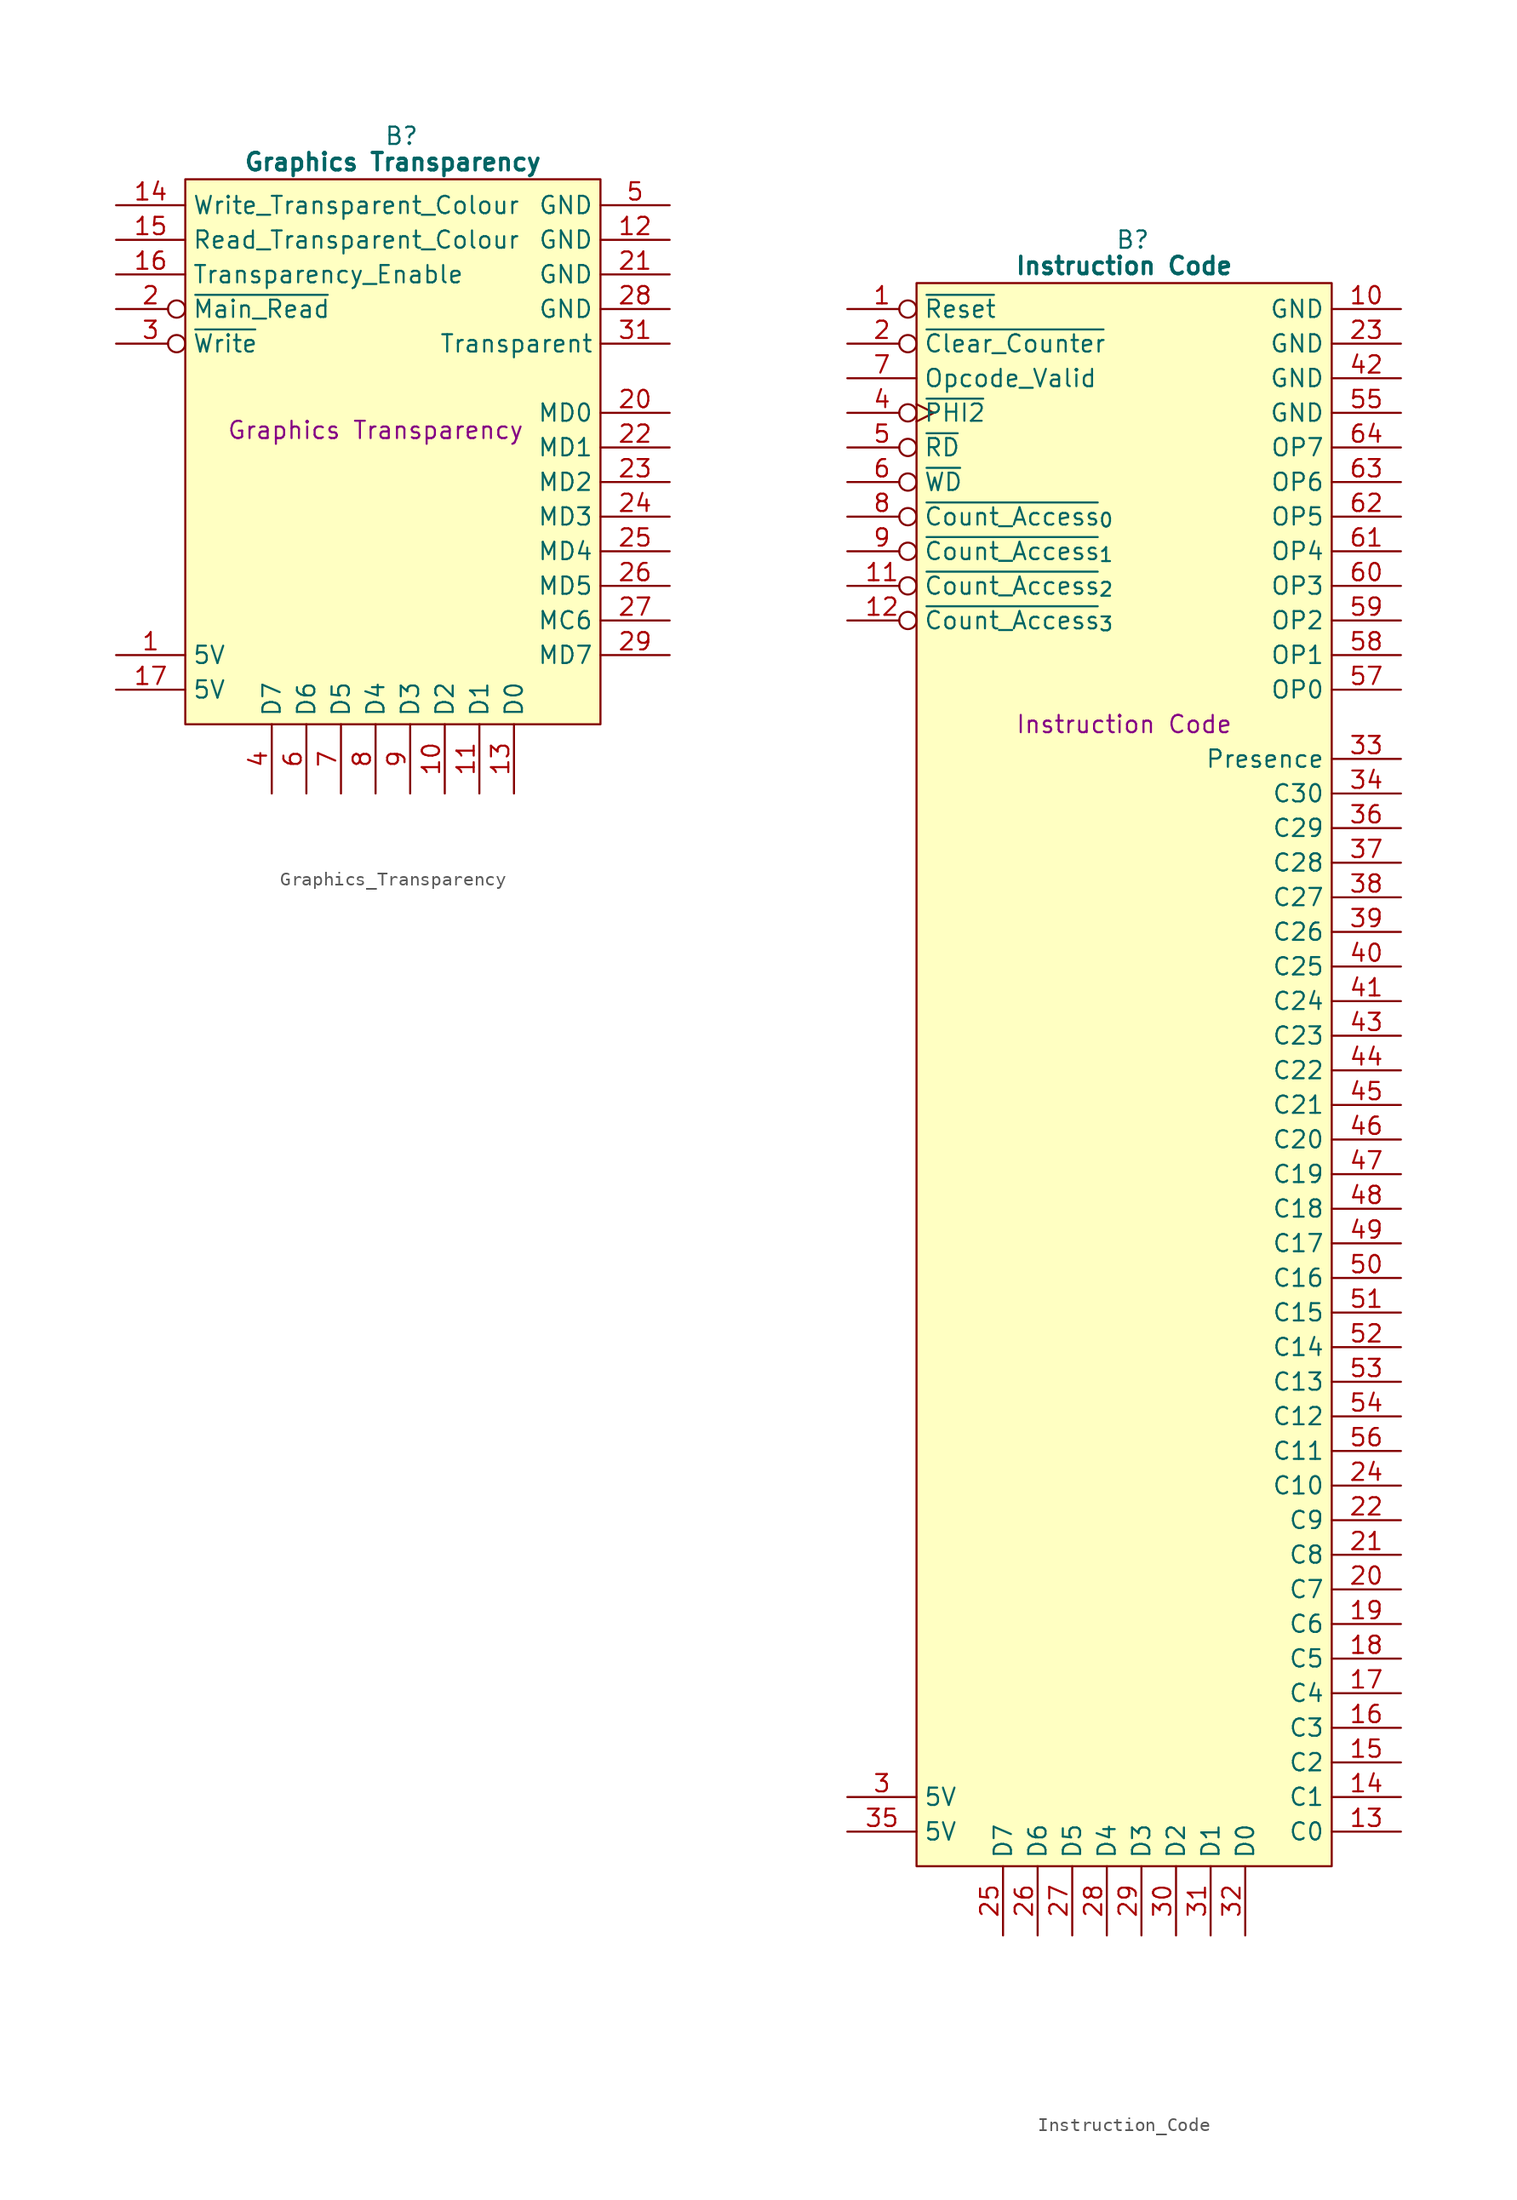
<source format=kicad_sym>
(kicad_symbol_lib
  (version 20241209)
  (generator "kicad_symbol_editor")
  (generator_version "9.0")
  (symbol "Graphics_Transparency"
    (property "Reference" "B"
      (at 15.875 5.08 0)
      (effects (font (size 1.27 1.27))))
    (property "Value" "Graphics Transparency"
      (at 15.24 3.175 0)
      (effects (font (size 1.27 1.27) (bold yes))))
    (property "Description" "Graphics Transparency"
      (at 13.97 -16.51 0)
      (effects (font (size 1.27 1.27))))
    (symbol "Graphics_Transparency_0_1"
      (polyline (pts (xy 0 1.905) (xy 30.48 1.905) (xy 30.48 -38.1) (xy 0 -38.1) (xy 0 1.905)) (stroke (width 0.152) (type default)) (fill (type background))))
    (symbol "Graphics_Transparency_1_0"
      (pin no_connect line (at -5.08 -30.48 0) (length 5.08) (hide yes) (name "N.C." (effects (font (size 1.27 1.27)))) (number "32" (effects (font (size 1.27 1.27))))))
    (symbol "Graphics_Transparency_1_1"
      (pin input line (at -5.08 0 0) (length 5.08) (name "Write_Transparent_Colour" (effects (font (size 1.27 1.27)))) (number "14" (effects (font (size 1.27 1.27)))))
      (pin input line (at -5.08 -2.54 0) (length 5.08) (name "Read_Transparent_Colour" (effects (font (size 1.27 1.27)))) (number "15" (effects (font (size 1.27 1.27)))))
      (pin input line (at -5.08 -5.08 0) (length 5.08) (name "Transparency_Enable" (effects (font (size 1.27 1.27)))) (number "16" (effects (font (size 1.27 1.27)))))
      (pin input inverted (at -5.08 -7.62 0) (length 5.08) (name "~{Main_Read}" (effects (font (size 1.27 1.27)))) (number "2" (effects (font (size 1.27 1.27)))))
      (pin input inverted (at -5.08 -10.16 0) (length 5.08) (name "~{Write}" (effects (font (size 1.27 1.27)))) (number "3" (effects (font (size 1.27 1.27)))))
      (pin no_connect line (at -5.08 -22.86 0) (length 5.08) (hide yes) (name "N.C." (effects (font (size 1.27 1.27)))) (number "18" (effects (font (size 1.27 1.27)))))
      (pin no_connect line (at -5.08 -25.4 0) (length 5.08) (hide yes) (name "N.C." (effects (font (size 1.27 1.27)))) (number "19" (effects (font (size 1.27 1.27)))))
      (pin no_connect line (at -5.08 -27.94 0) (length 5.08) (hide yes) (name "N.C." (effects (font (size 1.27 1.27)))) (number "30" (effects (font (size 1.27 1.27)))))
      (pin passive line (at -5.08 -33.02 0) (length 5.08) (name "5V" (effects (font (size 1.27 1.27)))) (number "1" (effects (font (size 1.27 1.27)))))
      (pin passive line (at -5.08 -35.56 0) (length 5.08) (name "5V" (effects (font (size 1.27 1.27)))) (number "17" (effects (font (size 1.27 1.27)))))
      (pin tri_state line (at 6.35 -43.18 90) (length 5.08) (name "D7" (effects (font (size 1.27 1.27)))) (number "4" (effects (font (size 1.27 1.27)))))
      (pin tri_state line (at 8.89 -43.18 90) (length 5.08) (name "D6" (effects (font (size 1.27 1.27)))) (number "6" (effects (font (size 1.27 1.27)))))
      (pin tri_state line (at 11.43 -43.18 90) (length 5.08) (name "D5" (effects (font (size 1.27 1.27)))) (number "7" (effects (font (size 1.27 1.27)))))
      (pin tri_state line (at 13.97 -43.18 90) (length 5.08) (name "D4" (effects (font (size 1.27 1.27)))) (number "8" (effects (font (size 1.27 1.27)))))
      (pin tri_state line (at 16.51 -43.18 90) (length 5.08) (name "D3" (effects (font (size 1.27 1.27)))) (number "9" (effects (font (size 1.27 1.27)))))
      (pin tri_state line (at 19.05 -43.18 90) (length 5.08) (name "D2" (effects (font (size 1.27 1.27)))) (number "10" (effects (font (size 1.27 1.27)))))
      (pin tri_state line (at 21.59 -43.18 90) (length 5.08) (name "D1" (effects (font (size 1.27 1.27)))) (number "11" (effects (font (size 1.27 1.27)))))
      (pin tri_state line (at 24.13 -43.18 90) (length 5.08) (name "D0" (effects (font (size 1.27 1.27)))) (number "13" (effects (font (size 1.27 1.27)))))
      (pin passive line (at 35.56 0 180) (length 5.08) (name "GND" (effects (font (size 1.27 1.27)))) (number "5" (effects (font (size 1.27 1.27)))))
      (pin passive line (at 35.56 -2.54 180) (length 5.08) (name "GND" (effects (font (size 1.27 1.27)))) (number "12" (effects (font (size 1.27 1.27)))))
      (pin passive line (at 35.56 -5.08 180) (length 5.08) (name "GND" (effects (font (size 1.27 1.27)))) (number "21" (effects (font (size 1.27 1.27)))))
      (pin passive line (at 35.56 -7.62 180) (length 5.08) (name "GND" (effects (font (size 1.27 1.27)))) (number "28" (effects (font (size 1.27 1.27)))))
      (pin output line (at 35.56 -10.16 180) (length 5.08) (name "Transparent" (effects (font (size 1.27 1.27)))) (number "31" (effects (font (size 1.27 1.27)))))
      (pin tri_state line (at 35.56 -15.24 180) (length 5.08) (name "MD0" (effects (font (size 1.27 1.27)))) (number "20" (effects (font (size 1.27 1.27)))))
      (pin tri_state line (at 35.56 -17.78 180) (length 5.08) (name "MD1" (effects (font (size 1.27 1.27)))) (number "22" (effects (font (size 1.27 1.27)))))
      (pin tri_state line (at 35.56 -20.32 180) (length 5.08) (name "MD2" (effects (font (size 1.27 1.27)))) (number "23" (effects (font (size 1.27 1.27)))))
      (pin tri_state line (at 35.56 -22.86 180) (length 5.08) (name "MD3" (effects (font (size 1.27 1.27)))) (number "24" (effects (font (size 1.27 1.27)))))
      (pin tri_state line (at 35.56 -25.4 180) (length 5.08) (name "MD4" (effects (font (size 1.27 1.27)))) (number "25" (effects (font (size 1.27 1.27)))))
      (pin tri_state line (at 35.56 -27.94 180) (length 5.08) (name "MD5" (effects (font (size 1.27 1.27)))) (number "26" (effects (font (size 1.27 1.27)))))
      (pin tri_state line (at 35.56 -30.48 180) (length 5.08) (name "MC6" (effects (font (size 1.27 1.27)))) (number "27" (effects (font (size 1.27 1.27)))))
      (pin tri_state line (at 35.56 -33.02 180) (length 5.08) (name "MD7" (effects (font (size 1.27 1.27)))) (number "29" (effects (font (size 1.27 1.27)))))))
  (symbol "Instruction_Code"
    (property "Reference" "B"
      (at 15.875 5.08 0)
      (effects (font (size 1.27 1.27))))
    (property "Value" "Instruction Code"
      (at 15.24 3.175 0)
      (effects (font (size 1.27 1.27) (bold yes))))
    (property "Description" "Instruction Code"
      (at 15.24 -30.48 0)
      (effects (font (size 1.27 1.27))))
    (symbol "Instruction_Code_0_1"
      (polyline (pts (xy 0 1.905) (xy 30.48 1.905) (xy 30.48 -114.3) (xy 0 -114.3) (xy 0 1.905)) (stroke (width 0.152) (type default)) (fill (type background))))
    (symbol "Instruction_Code_1_0"
      (pin tri_state line (at 24.13 -119.38 90) (length 5.08) (name "D0" (effects (font (size 1.27 1.27)))) (number "32" (effects (font (size 1.27 1.27)))))
      (pin output line (at 35.56 -17.78 180) (length 5.08) (name "OP4" (effects (font (size 1.27 1.27)))) (number "61" (effects (font (size 1.27 1.27)))))
      (pin output line (at 35.56 -20.32 180) (length 5.08) (name "OP3" (effects (font (size 1.27 1.27)))) (number "60" (effects (font (size 1.27 1.27)))))
      (pin output line (at 35.56 -22.86 180) (length 5.08) (name "OP2" (effects (font (size 1.27 1.27)))) (number "59" (effects (font (size 1.27 1.27)))))
      (pin output line (at 35.56 -25.4 180) (length 5.08) (name "OP1" (effects (font (size 1.27 1.27)))) (number "58" (effects (font (size 1.27 1.27)))))
      (pin output line (at 35.56 -27.94 180) (length 5.08) (name "OP0" (effects (font (size 1.27 1.27)))) (number "57" (effects (font (size 1.27 1.27)))))
      (pin output line (at 35.56 -33.02 180) (length 5.08) (name "Presence" (effects (font (size 1.27 1.27)))) (number "33" (effects (font (size 1.27 1.27)))))
      (pin output line (at 35.56 -35.56 180) (length 5.08) (name "C30" (effects (font (size 1.27 1.27)))) (number "34" (effects (font (size 1.27 1.27)))))
      (pin output line (at 35.56 -38.1 180) (length 5.08) (name "C29" (effects (font (size 1.27 1.27)))) (number "36" (effects (font (size 1.27 1.27)))))
      (pin output line (at 35.56 -40.64 180) (length 5.08) (name "C28" (effects (font (size 1.27 1.27)))) (number "37" (effects (font (size 1.27 1.27)))))
      (pin output line (at 35.56 -43.18 180) (length 5.08) (name "C27" (effects (font (size 1.27 1.27)))) (number "38" (effects (font (size 1.27 1.27)))))
      (pin output line (at 35.56 -45.72 180) (length 5.08) (name "C26" (effects (font (size 1.27 1.27)))) (number "39" (effects (font (size 1.27 1.27)))))
      (pin output line (at 35.56 -58.42 180) (length 5.08) (name "C21" (effects (font (size 1.27 1.27)))) (number "45" (effects (font (size 1.27 1.27)))))
      (pin output line (at 35.56 -81.28 180) (length 5.08) (name "C12" (effects (font (size 1.27 1.27)))) (number "54" (effects (font (size 1.27 1.27)))))
      (pin output line (at 35.56 -83.82 180) (length 5.08) (name "C11" (effects (font (size 1.27 1.27)))) (number "56" (effects (font (size 1.27 1.27))))))
    (symbol "Instruction_Code_1_1"
      (pin input inverted (at -5.08 0 0) (length 5.08) (name "~{Reset}" (effects (font (size 1.27 1.27)))) (number "1" (effects (font (size 1.27 1.27)))))
      (pin input inverted (at -5.08 -2.54 0) (length 5.08) (name "~{Clear_Counter}" (effects (font (size 1.27 1.27)))) (number "2" (effects (font (size 1.27 1.27)))))
      (pin input line (at -5.08 -5.08 0) (length 5.08) (name "Opcode_Valid" (effects (font (size 1.27 1.27)))) (number "7" (effects (font (size 1.27 1.27)))))
      (pin input inverted_clock (at -5.08 -7.62 0) (length 5.08) (name "~{PHI2}" (effects (font (size 1.27 1.27)))) (number "4" (effects (font (size 1.27 1.27)))))
      (pin input inverted (at -5.08 -10.16 0) (length 5.08) (name "~{RD}" (effects (font (size 1.27 1.27)))) (number "5" (effects (font (size 1.27 1.27)))))
      (pin input inverted (at -5.08 -12.7 0) (length 5.08) (name "~{WD}" (effects (font (size 1.27 1.27)))) (number "6" (effects (font (size 1.27 1.27)))))
      (pin input inverted (at -5.08 -15.24 0) (length 5.08) (name "~{Count_Access}_{0}" (effects (font (size 1.27 1.27)))) (number "8" (effects (font (size 1.27 1.27)))))
      (pin input inverted (at -5.08 -17.78 0) (length 5.08) (name "~{Count_Access}_{1}" (effects (font (size 1.27 1.27)))) (number "9" (effects (font (size 1.27 1.27)))))
      (pin input inverted (at -5.08 -20.32 0) (length 5.08) (name "~{Count_Access}_{2}" (effects (font (size 1.27 1.27)))) (number "11" (effects (font (size 1.27 1.27)))))
      (pin input inverted (at -5.08 -22.86 0) (length 5.08) (name "~{Count_Access}_{3}" (effects (font (size 1.27 1.27)))) (number "12" (effects (font (size 1.27 1.27)))))
      (pin passive line (at -5.08 -109.22 0) (length 5.08) (name "5V" (effects (font (size 1.27 1.27)))) (number "3" (effects (font (size 1.27 1.27)))))
      (pin passive line (at -5.08 -111.76 0) (length 5.08) (name "5V" (effects (font (size 1.27 1.27)))) (number "35" (effects (font (size 1.27 1.27)))))
      (pin tri_state line (at 6.35 -119.38 90) (length 5.08) (name "D7" (effects (font (size 1.27 1.27)))) (number "25" (effects (font (size 1.27 1.27)))))
      (pin tri_state line (at 8.89 -119.38 90) (length 5.08) (name "D6" (effects (font (size 1.27 1.27)))) (number "26" (effects (font (size 1.27 1.27)))))
      (pin tri_state line (at 11.43 -119.38 90) (length 5.08) (name "D5" (effects (font (size 1.27 1.27)))) (number "27" (effects (font (size 1.27 1.27)))))
      (pin tri_state line (at 13.97 -119.38 90) (length 5.08) (name "D4" (effects (font (size 1.27 1.27)))) (number "28" (effects (font (size 1.27 1.27)))))
      (pin tri_state line (at 16.51 -119.38 90) (length 5.08) (name "D3" (effects (font (size 1.27 1.27)))) (number "29" (effects (font (size 1.27 1.27)))))
      (pin tri_state line (at 19.05 -119.38 90) (length 5.08) (name "D2" (effects (font (size 1.27 1.27)))) (number "30" (effects (font (size 1.27 1.27)))))
      (pin tri_state line (at 21.59 -119.38 90) (length 5.08) (name "D1" (effects (font (size 1.27 1.27)))) (number "31" (effects (font (size 1.27 1.27)))))
      (pin passive line (at 35.56 0 180) (length 5.08) (name "GND" (effects (font (size 1.27 1.27)))) (number "10" (effects (font (size 1.27 1.27)))))
      (pin passive line (at 35.56 -2.54 180) (length 5.08) (name "GND" (effects (font (size 1.27 1.27)))) (number "23" (effects (font (size 1.27 1.27)))))
      (pin passive line (at 35.56 -5.08 180) (length 5.08) (name "GND" (effects (font (size 1.27 1.27)))) (number "42" (effects (font (size 1.27 1.27)))))
      (pin passive line (at 35.56 -7.62 180) (length 5.08) (name "GND" (effects (font (size 1.27 1.27)))) (number "55" (effects (font (size 1.27 1.27)))))
      (pin output line (at 35.56 -10.16 180) (length 5.08) (name "OP7" (effects (font (size 1.27 1.27)))) (number "64" (effects (font (size 1.27 1.27)))))
      (pin output line (at 35.56 -12.7 180) (length 5.08) (name "OP6" (effects (font (size 1.27 1.27)))) (number "63" (effects (font (size 1.27 1.27)))))
      (pin output line (at 35.56 -15.24 180) (length 5.08) (name "OP5" (effects (font (size 1.27 1.27)))) (number "62" (effects (font (size 1.27 1.27)))))
      (pin output line (at 35.56 -48.26 180) (length 5.08) (name "C25" (effects (font (size 1.27 1.27)))) (number "40" (effects (font (size 1.27 1.27)))))
      (pin output line (at 35.56 -50.8 180) (length 5.08) (name "C24" (effects (font (size 1.27 1.27)))) (number "41" (effects (font (size 1.27 1.27)))))
      (pin output line (at 35.56 -53.34 180) (length 5.08) (name "C23" (effects (font (size 1.27 1.27)))) (number "43" (effects (font (size 1.27 1.27)))))
      (pin output line (at 35.56 -55.88 180) (length 5.08) (name "C22" (effects (font (size 1.27 1.27)))) (number "44" (effects (font (size 1.27 1.27)))))
      (pin output line (at 35.56 -60.96 180) (length 5.08) (name "C20" (effects (font (size 1.27 1.27)))) (number "46" (effects (font (size 1.27 1.27)))))
      (pin output line (at 35.56 -63.5 180) (length 5.08) (name "C19" (effects (font (size 1.27 1.27)))) (number "47" (effects (font (size 1.27 1.27)))))
      (pin output line (at 35.56 -66.04 180) (length 5.08) (name "C18" (effects (font (size 1.27 1.27)))) (number "48" (effects (font (size 1.27 1.27)))))
      (pin output line (at 35.56 -68.58 180) (length 5.08) (name "C17" (effects (font (size 1.27 1.27)))) (number "49" (effects (font (size 1.27 1.27)))))
      (pin output line (at 35.56 -71.12 180) (length 5.08) (name "C16" (effects (font (size 1.27 1.27)))) (number "50" (effects (font (size 1.27 1.27)))))
      (pin output line (at 35.56 -73.66 180) (length 5.08) (name "C15" (effects (font (size 1.27 1.27)))) (number "51" (effects (font (size 1.27 1.27)))))
      (pin output line (at 35.56 -76.2 180) (length 5.08) (name "C14" (effects (font (size 1.27 1.27)))) (number "52" (effects (font (size 1.27 1.27)))))
      (pin output line (at 35.56 -78.74 180) (length 5.08) (name "C13" (effects (font (size 1.27 1.27)))) (number "53" (effects (font (size 1.27 1.27)))))
      (pin output line (at 35.56 -86.36 180) (length 5.08) (name "C10" (effects (font (size 1.27 1.27)))) (number "24" (effects (font (size 1.27 1.27)))))
      (pin output line (at 35.56 -88.9 180) (length 5.08) (name "C9" (effects (font (size 1.27 1.27)))) (number "22" (effects (font (size 1.27 1.27)))))
      (pin output line (at 35.56 -91.44 180) (length 5.08) (name "C8" (effects (font (size 1.27 1.27)))) (number "21" (effects (font (size 1.27 1.27)))))
      (pin output line (at 35.56 -93.98 180) (length 5.08) (name "C7" (effects (font (size 1.27 1.27)))) (number "20" (effects (font (size 1.27 1.27)))))
      (pin output line (at 35.56 -96.52 180) (length 5.08) (name "C6" (effects (font (size 1.27 1.27)))) (number "19" (effects (font (size 1.27 1.27)))))
      (pin output line (at 35.56 -99.06 180) (length 5.08) (name "C5" (effects (font (size 1.27 1.27)))) (number "18" (effects (font (size 1.27 1.27)))))
      (pin output line (at 35.56 -101.6 180) (length 5.08) (name "C4" (effects (font (size 1.27 1.27)))) (number "17" (effects (font (size 1.27 1.27)))))
      (pin output line (at 35.56 -104.14 180) (length 5.08) (name "C3" (effects (font (size 1.27 1.27)))) (number "16" (effects (font (size 1.27 1.27)))))
      (pin output line (at 35.56 -106.68 180) (length 5.08) (name "C2" (effects (font (size 1.27 1.27)))) (number "15" (effects (font (size 1.27 1.27)))))
      (pin output line (at 35.56 -109.22 180) (length 5.08) (name "C1" (effects (font (size 1.27 1.27)))) (number "14" (effects (font (size 1.27 1.27)))))
      (pin output line (at 35.56 -111.76 180) (length 5.08) (name "C0" (effects (font (size 1.27 1.27)))) (number "13" (effects (font (size 1.27 1.27))))))))
</source>
